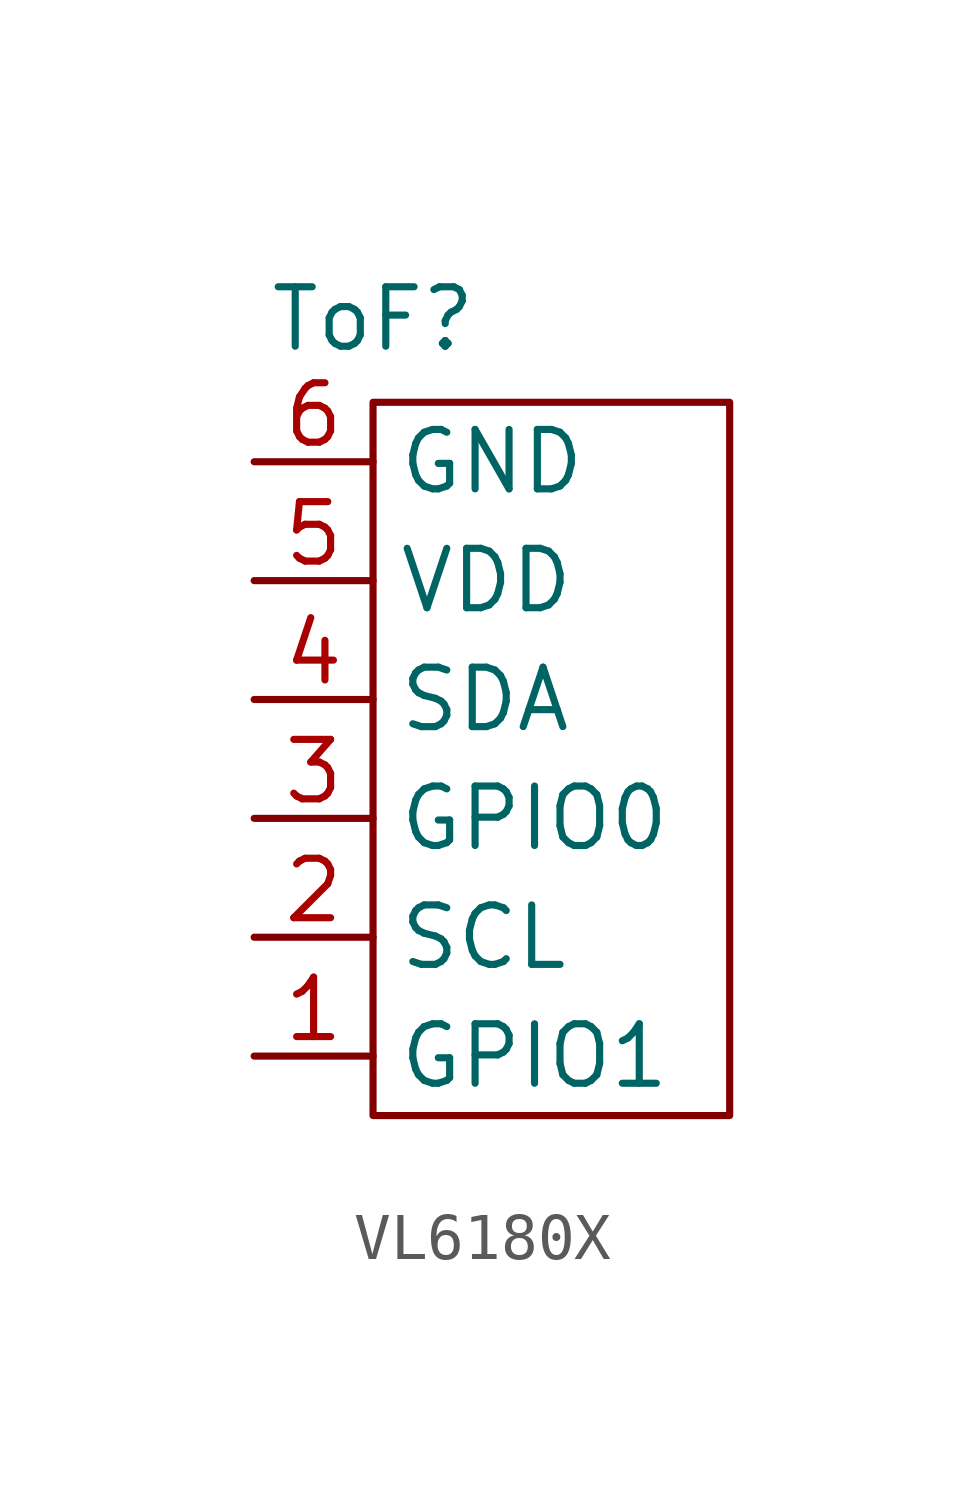
<source format=kicad_sym>
(kicad_symbol_lib
  (version 20231120)
  (generator "kicad_symbol_editor")
  (generator_version "8.0")
  (symbol "VL6180X"
    (property "Reference" "ToF"
      (at 0 3.048 0)
      (effects (font (size 1.27 1.27))))
    (property "Value" ""
      (at 0 0 0)
      (effects (font (size 1.27 1.27))))
    (symbol "VL6180X_0_1"
      (rectangle (start 0 1.27) (end 7.62 -13.97) (stroke (width 0) (type default)) (fill (type none))))
    (symbol "VL6180X_1_1"
      (pin passive line (at -2.54 -12.7 0) (length 2.54) (name "GPIO1" (effects (font (size 1.27 1.27)))) (number "1" (effects (font (size 1.27 1.27)))))
      (pin passive line (at -2.54 -10.16 0) (length 2.54) (name "SCL" (effects (font (size 1.27 1.27)))) (number "2" (effects (font (size 1.27 1.27)))))
      (pin passive line (at -2.54 -7.62 0) (length 2.54) (name "GPIO0" (effects (font (size 1.27 1.27)))) (number "3" (effects (font (size 1.27 1.27)))))
      (pin passive line (at -2.54 -5.08 0) (length 2.54) (name "SDA" (effects (font (size 1.27 1.27)))) (number "4" (effects (font (size 1.27 1.27)))))
      (pin power_in line (at -2.54 -2.54 0) (length 2.54) (name "VDD" (effects (font (size 1.27 1.27)))) (number "5" (effects (font (size 1.27 1.27)))))
      (pin passive line (at -2.54 0 0) (length 2.54) (name "GND" (effects (font (size 1.27 1.27)))) (number "6" (effects (font (size 1.27 1.27))))))))
</source>
